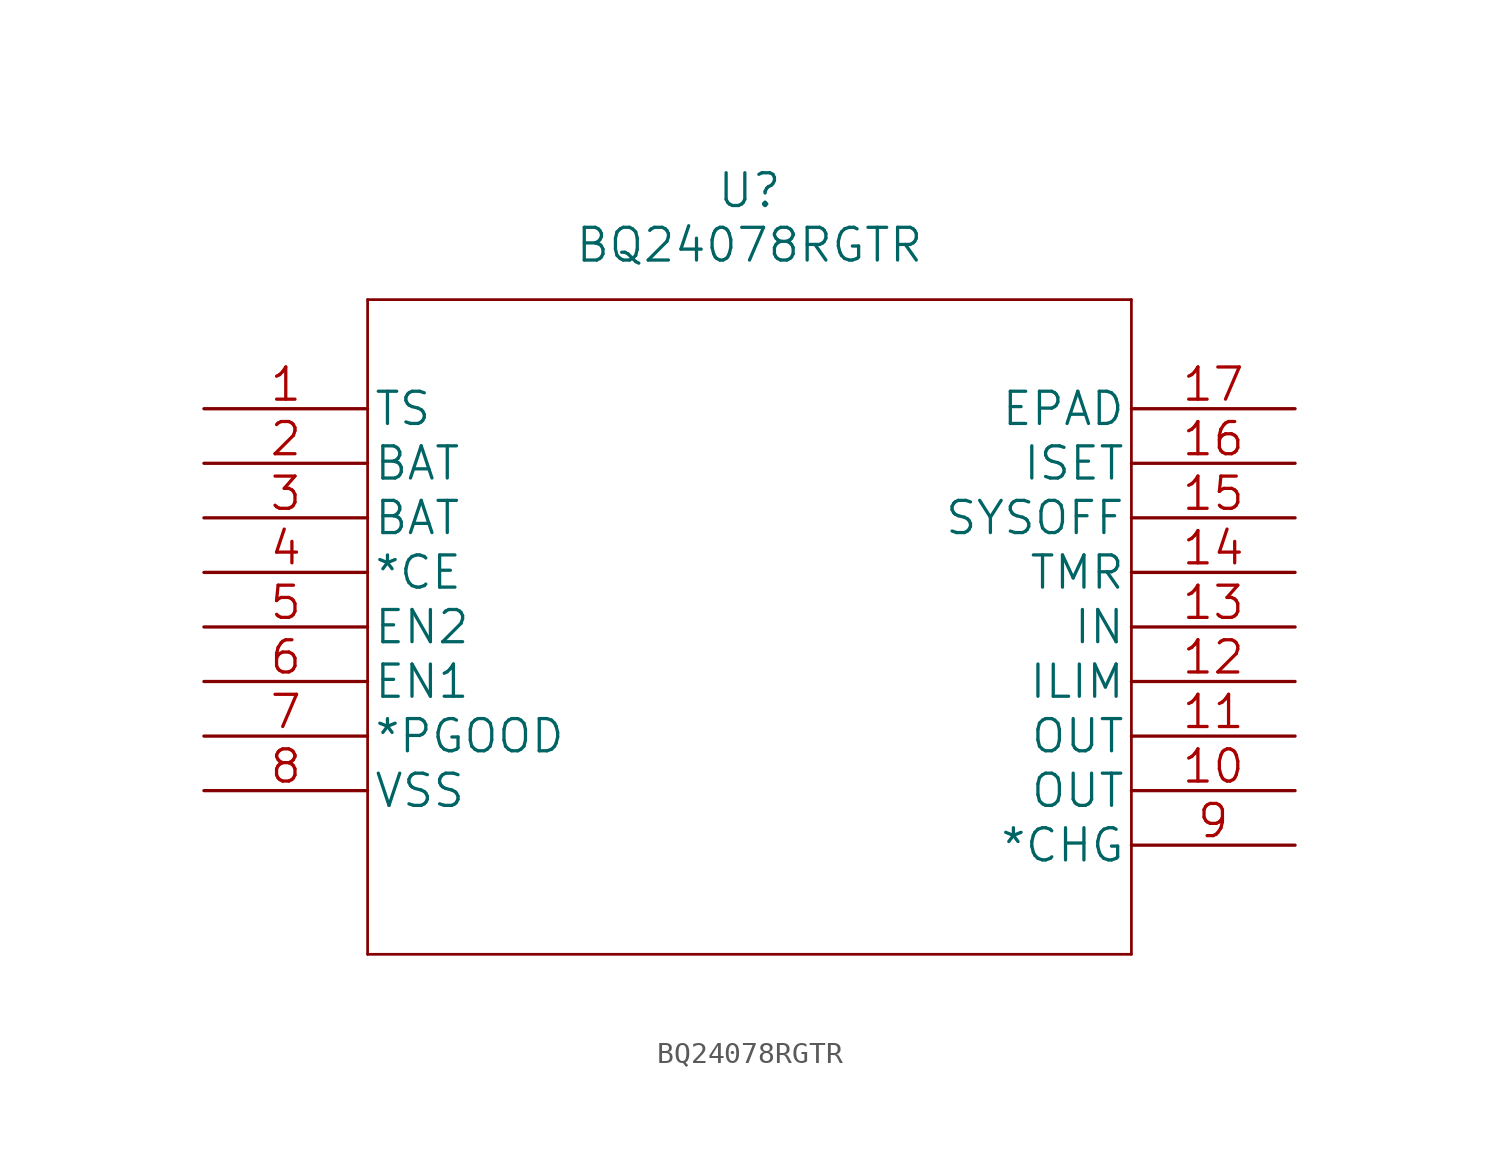
<source format=kicad_sym>
(kicad_symbol_lib
  (version 20211014)
  (generator kicad_symbol_editor)
  (symbol "BQ24078RGTR"
    (pin_names
      (offset 0.254))
    (property "Reference" "U"
      (at 25.4 10.16 0)
      (effects (font (size 1.524 1.524))))
    (property "Value" "BQ24078RGTR"
      (at 25.4 7.62 0)
      (effects (font (size 1.524 1.524))))
    (property "Datasheet" ""
      (at 0 0 0)
      (effects (font (size 1.524 1.524))))
    (property "ki_locked" ""
      (at 0 0 0)
      (effects (font (size 1.27 1.27))))
    (symbol "BQ24078RGTR_1_1"
      (polyline (pts (xy 7.62 -25.4) (xy 43.18 -25.4)) (stroke (width 0.127) (type default) (color 0 0 0 0)) (fill (type none)))
      (polyline (pts (xy 7.62 5.08) (xy 7.62 -25.4)) (stroke (width 0.127) (type default) (color 0 0 0 0)) (fill (type none)))
      (polyline (pts (xy 43.18 -25.4) (xy 43.18 5.08)) (stroke (width 0.127) (type default) (color 0 0 0 0)) (fill (type none)))
      (polyline (pts (xy 43.18 5.08) (xy 7.62 5.08)) (stroke (width 0.127) (type default) (color 0 0 0 0)) (fill (type none)))
      (pin input line (at 0 0 0) (length 7.62) (name "TS" (effects (font (size 1.499 1.499)))) (number "1" (effects (font (size 1.499 1.499)))))
      (pin output line (at 50.8 -17.78 180) (length 7.62) (name "OUT" (effects (font (size 1.499 1.499)))) (number "10" (effects (font (size 1.499 1.499)))))
      (pin output line (at 50.8 -15.24 180) (length 7.62) (name "OUT" (effects (font (size 1.499 1.499)))) (number "11" (effects (font (size 1.499 1.499)))))
      (pin input line (at 50.8 -12.7 180) (length 7.62) (name "ILIM" (effects (font (size 1.499 1.499)))) (number "12" (effects (font (size 1.499 1.499)))))
      (pin input line (at 50.8 -10.16 180) (length 7.62) (name "IN" (effects (font (size 1.499 1.499)))) (number "13" (effects (font (size 1.499 1.499)))))
      (pin input line (at 50.8 -7.62 180) (length 7.62) (name "TMR" (effects (font (size 1.499 1.499)))) (number "14" (effects (font (size 1.499 1.499)))))
      (pin input line (at 50.8 -5.08 180) (length 7.62) (name "SYSOFF" (effects (font (size 1.499 1.499)))) (number "15" (effects (font (size 1.499 1.499)))))
      (pin bidirectional line (at 50.8 -2.54 180) (length 7.62) (name "ISET" (effects (font (size 1.499 1.499)))) (number "16" (effects (font (size 1.499 1.499)))))
      (pin unspecified line (at 50.8 0 180) (length 7.62) (name "EPAD" (effects (font (size 1.499 1.499)))) (number "17" (effects (font (size 1.499 1.499)))))
      (pin bidirectional line (at 0 -2.54 0) (length 7.62) (name "BAT" (effects (font (size 1.499 1.499)))) (number "2" (effects (font (size 1.499 1.499)))))
      (pin bidirectional line (at 0 -5.08 0) (length 7.62) (name "BAT" (effects (font (size 1.499 1.499)))) (number "3" (effects (font (size 1.499 1.499)))))
      (pin input line (at 0 -7.62 0) (length 7.62) (name "*CE" (effects (font (size 1.499 1.499)))) (number "4" (effects (font (size 1.499 1.499)))))
      (pin input line (at 0 -10.16 0) (length 7.62) (name "EN2" (effects (font (size 1.499 1.499)))) (number "5" (effects (font (size 1.499 1.499)))))
      (pin input line (at 0 -12.7 0) (length 7.62) (name "EN1" (effects (font (size 1.499 1.499)))) (number "6" (effects (font (size 1.499 1.499)))))
      (pin output line (at 0 -15.24 0) (length 7.62) (name "*PGOOD" (effects (font (size 1.499 1.499)))) (number "7" (effects (font (size 1.499 1.499)))))
      (pin power_in line (at 0 -17.78 0) (length 7.62) (name "VSS" (effects (font (size 1.499 1.499)))) (number "8" (effects (font (size 1.499 1.499)))))
      (pin output line (at 50.8 -20.32 180) (length 7.62) (name "*CHG" (effects (font (size 1.499 1.499)))) (number "9" (effects (font (size 1.499 1.499))))))))
</source>
